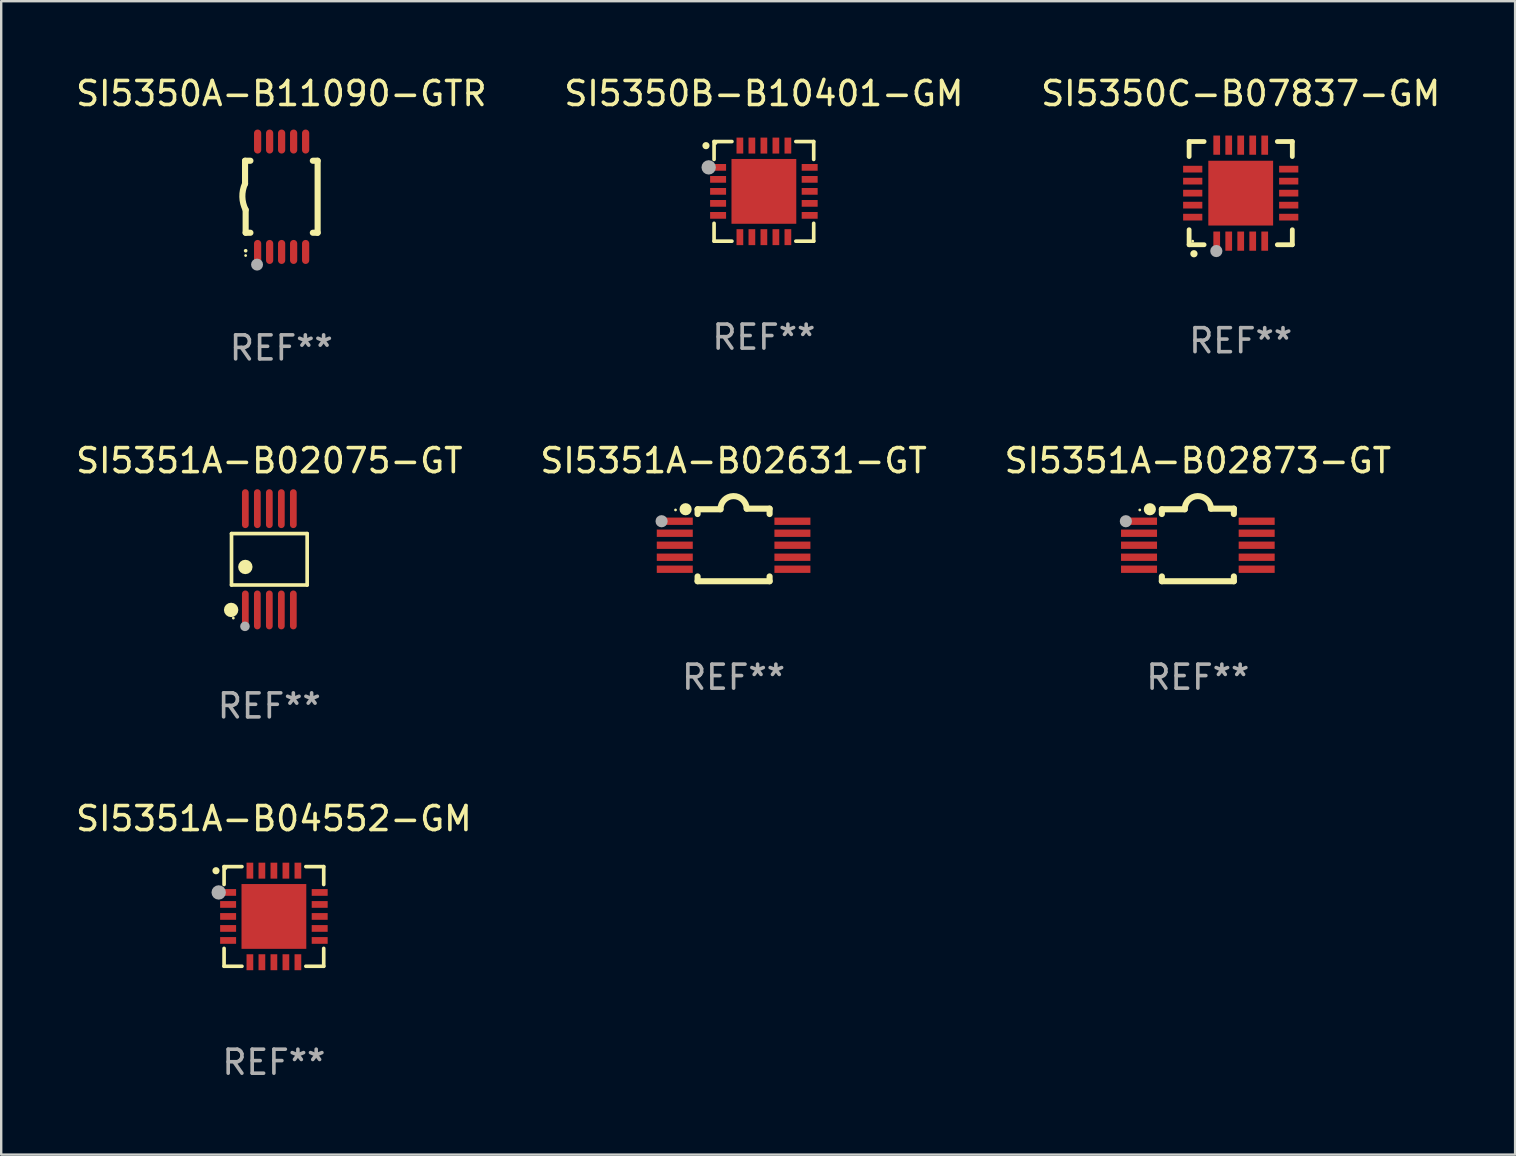
<source format=kicad_pcb>
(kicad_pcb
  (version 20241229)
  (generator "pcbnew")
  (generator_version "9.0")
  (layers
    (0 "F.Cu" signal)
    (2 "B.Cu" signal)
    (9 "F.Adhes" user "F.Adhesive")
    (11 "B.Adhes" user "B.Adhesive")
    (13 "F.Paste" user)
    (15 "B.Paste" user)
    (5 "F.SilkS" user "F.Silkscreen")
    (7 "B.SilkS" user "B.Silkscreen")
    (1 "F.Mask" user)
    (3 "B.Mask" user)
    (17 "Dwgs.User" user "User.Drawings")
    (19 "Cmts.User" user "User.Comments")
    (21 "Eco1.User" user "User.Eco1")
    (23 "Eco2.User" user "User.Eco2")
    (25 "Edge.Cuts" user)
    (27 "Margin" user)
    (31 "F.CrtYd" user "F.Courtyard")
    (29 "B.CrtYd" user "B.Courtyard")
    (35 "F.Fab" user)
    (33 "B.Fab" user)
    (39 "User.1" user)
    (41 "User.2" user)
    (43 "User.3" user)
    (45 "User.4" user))
  (footprint "SI5350B-B10401-GM"
    (layer "F.Cu")
    (at 28.78 4.924)
    (property "Reference" "SI5350B-B10401-GM" (at 0 -4.076 0) (layer "F.SilkS") (effects (font (size 1 1) (thickness 0.15))))
    (attr through_hole)
    (fp_line (start -2.076 -2.076) (end -2.076 -1.331) (stroke (width 0.152) (type solid)) (layer "F.SilkS"))
    (fp_line (start -2.076 2.076) (end -2.076 1.331) (stroke (width 0.152) (type solid)) (layer "F.SilkS"))
    (fp_line (start -1.331 -2.076) (end -2.076 -2.076) (stroke (width 0.152) (type solid)) (layer "F.SilkS"))
    (fp_line (start -1.331 2.076) (end -2.076 2.076) (stroke (width 0.152) (type solid)) (layer "F.SilkS"))
    (fp_line (start 1.331 -2.076) (end 2.076 -2.076) (stroke (width 0.152) (type solid)) (layer "F.SilkS"))
    (fp_line (start 1.331 2.076) (end 2.076 2.076) (stroke (width 0.152) (type solid)) (layer "F.SilkS"))
    (fp_line (start 2.076 -2.076) (end 2.076 -1.331) (stroke (width 0.152) (type solid)) (layer "F.SilkS"))
    (fp_line (start 2.076 2.076) (end 2.076 1.331) (stroke (width 0.152) (type solid)) (layer "F.SilkS"))
    (fp_circle (center -2.413 -1.905) (end -2.338 -1.905) (stroke (width 0.15) (type solid)) (fill no) (layer "F.SilkS"))
    (fp_circle (center -2 -2) (end -1.97 -2) (stroke (width 0.06) (type solid)) (fill no) (layer "F.SilkS"))
    (fp_circle (center -2.3 -1) (end -2.15 -1) (stroke (width 0.3) (type solid)) (fill no) (layer "F.Fab"))
    (fp_text user "REF**" (at 0 6.076 0) (layer "F.Fab") (effects (font (size 1 1) (thickness 0.15))))
    (pad "1" smd rect (at -1.908 -1) (size 0.665 0.28) (layers "F.Cu" "F.Mask" "F.Paste"))
    (pad "2" smd rect (at -1.908 -0.5) (size 0.665 0.28) (layers "F.Cu" "F.Mask" "F.Paste"))
    (pad "3" smd rect (at -1.908 0) (size 0.665 0.28) (layers "F.Cu" "F.Mask" "F.Paste"))
    (pad "4" smd rect (at -1.908 0.5) (size 0.665 0.28) (layers "F.Cu" "F.Mask" "F.Paste"))
    (pad "5" smd rect (at -1.908 1) (size 0.665 0.28) (layers "F.Cu" "F.Mask" "F.Paste"))
    (pad "6" smd rect (at -1 1.908) (size 0.28 0.665) (layers "F.Cu" "F.Mask" "F.Paste"))
    (pad "7" smd rect (at -0.5 1.908) (size 0.28 0.665) (layers "F.Cu" "F.Mask" "F.Paste"))
    (pad "8" smd rect (at 0 1.908) (size 0.28 0.665) (layers "F.Cu" "F.Mask" "F.Paste"))
    (pad "9" smd rect (at 0.5 1.908) (size 0.28 0.665) (layers "F.Cu" "F.Mask" "F.Paste"))
    (pad "10" smd rect (at 1 1.908) (size 0.28 0.665) (layers "F.Cu" "F.Mask" "F.Paste"))
    (pad "11" smd rect (at 1.908 1) (size 0.665 0.28) (layers "F.Cu" "F.Mask" "F.Paste"))
    (pad "12" smd rect (at 1.908 0.5) (size 0.665 0.28) (layers "F.Cu" "F.Mask" "F.Paste"))
    (pad "13" smd rect (at 1.908 0) (size 0.665 0.28) (layers "F.Cu" "F.Mask" "F.Paste"))
    (pad "14" smd rect (at 1.908 -0.5) (size 0.665 0.28) (layers "F.Cu" "F.Mask" "F.Paste"))
    (pad "15" smd rect (at 1.908 -1) (size 0.665 0.28) (layers "F.Cu" "F.Mask" "F.Paste"))
    (pad "16" smd rect (at 1 -1.908) (size 0.28 0.665) (layers "F.Cu" "F.Mask" "F.Paste"))
    (pad "17" smd rect (at 0.5 -1.908) (size 0.28 0.665) (layers "F.Cu" "F.Mask" "F.Paste"))
    (pad "18" smd rect (at 0 -1.908) (size 0.28 0.665) (layers "F.Cu" "F.Mask" "F.Paste"))
    (pad "19" smd rect (at -0.5 -1.908) (size 0.28 0.665) (layers "F.Cu" "F.Mask" "F.Paste"))
    (pad "20" smd rect (at -1 -1.908) (size 0.28 0.665) (layers "F.Cu" "F.Mask" "F.Paste"))
    (pad "21" smd rect (at 0 0) (size 2.7 2.7) (layers "F.Cu" "F.Mask" "F.Paste")))
  (footprint "SI5350A-B11090-GTR"
    (layer "F.Cu")
    (at 8.673 5.148)
    (property "Reference" "SI5350A-B11090-GTR" (at 0 -4.3 0) (layer "F.SilkS") (effects (font (size 1 1) (thickness 0.15))))
    (attr through_hole)
    (fp_line (start -1.512 -1.5) (end -1.512 -0.546) (stroke (width 0.254) (type solid)) (layer "F.SilkS"))
    (fp_line (start -1.487 0.546) (end -1.487 1.5) (stroke (width 0.254) (type solid)) (layer "F.SilkS"))
    (fp_line (start -1.288 -1.5) (end -1.512 -1.5) (stroke (width 0.254) (type solid)) (layer "F.SilkS"))
    (fp_line (start -1.288 1.5) (end -1.487 1.5) (stroke (width 0.254) (type solid)) (layer "F.SilkS"))
    (fp_line (start 1.512 -1.5) (end 1.312 -1.5) (stroke (width 0.254) (type solid)) (layer "F.SilkS"))
    (fp_line (start 1.512 -1.5) (end 1.512 1.5) (stroke (width 0.254) (type solid)) (layer "F.SilkS"))
    (fp_line (start 1.512 1.5) (end 1.312 1.5) (stroke (width 0.254) (type solid)) (layer "F.SilkS"))
    (fp_arc (start -1.487998 2.250013) (mid -1.486728 2.250007) (end -1.485458 2.250013) (stroke (width 0.150013) (type solid)) (layer "F.SilkS"))
    (fp_arc (start -1.486602 0.546102) (mid -1.624196 0.002905) (end -1.512002 -0.546101) (stroke (width 0.254001) (type solid)) (layer "F.SilkS"))
    (fp_circle (center -1.488 2.45) (end -1.458 2.45) (stroke (width 0.06) (type solid)) (fill no) (layer "F.SilkS"))
    (fp_circle (center -1.012 2.828) (end -0.887 2.828) (stroke (width 0.25) (type solid)) (fill no) (layer "F.Fab"))
    (fp_text user "REF**" (at 0 6.3 0) (layer "F.Fab") (effects (font (size 1 1) (thickness 0.15))))
    (pad "1" smd oval (at -0.988 2.3) (size 0.3 1) (layers "F.Cu" "F.Mask" "F.Paste"))
    (pad "2" smd oval (at -0.488 2.3) (size 0.3 1) (layers "F.Cu" "F.Mask" "F.Paste"))
    (pad "3" smd oval (at 0.012 2.3) (size 0.3 1) (layers "F.Cu" "F.Mask" "F.Paste"))
    (pad "4" smd oval (at 0.512 2.3) (size 0.3 1) (layers "F.Cu" "F.Mask" "F.Paste"))
    (pad "5" smd oval (at 1.012 2.3) (size 0.3 1) (layers "F.Cu" "F.Mask" "F.Paste"))
    (pad "6" smd oval (at 1.012 -2.3) (size 0.3 1) (layers "F.Cu" "F.Mask" "F.Paste"))
    (pad "7" smd oval (at 0.512 -2.3) (size 0.3 1) (layers "F.Cu" "F.Mask" "F.Paste"))
    (pad "8" smd oval (at 0.012 -2.3) (size 0.3 1) (layers "F.Cu" "F.Mask" "F.Paste"))
    (pad "9" smd oval (at -0.488 -2.3) (size 0.3 1) (layers "F.Cu" "F.Mask" "F.Paste"))
    (pad "10" smd oval (at -0.988 -2.3) (size 0.3 1) (layers "F.Cu" "F.Mask" "F.Paste")))
  (footprint "SI5351A-B04552-GM"
    (layer "F.Cu")
    (at 8.363 35.137)
    (property "Reference" "SI5351A-B04552-GM" (at 0 -4.076 0) (layer "F.SilkS") (effects (font (size 1 1) (thickness 0.15))))
    (attr through_hole)
    (fp_line (start -2.076 -2.076) (end -2.076 -1.331) (stroke (width 0.152) (type solid)) (layer "F.SilkS"))
    (fp_line (start -2.076 2.076) (end -2.076 1.331) (stroke (width 0.152) (type solid)) (layer "F.SilkS"))
    (fp_line (start -1.331 -2.076) (end -2.076 -2.076) (stroke (width 0.152) (type solid)) (layer "F.SilkS"))
    (fp_line (start -1.331 2.076) (end -2.076 2.076) (stroke (width 0.152) (type solid)) (layer "F.SilkS"))
    (fp_line (start 1.331 -2.076) (end 2.076 -2.076) (stroke (width 0.152) (type solid)) (layer "F.SilkS"))
    (fp_line (start 1.331 2.076) (end 2.076 2.076) (stroke (width 0.152) (type solid)) (layer "F.SilkS"))
    (fp_line (start 2.076 -2.076) (end 2.076 -1.331) (stroke (width 0.152) (type solid)) (layer "F.SilkS"))
    (fp_line (start 2.076 2.076) (end 2.076 1.331) (stroke (width 0.152) (type solid)) (layer "F.SilkS"))
    (fp_circle (center -2.413 -1.905) (end -2.338 -1.905) (stroke (width 0.15) (type solid)) (fill no) (layer "F.SilkS"))
    (fp_circle (center -2 -2) (end -1.97 -2) (stroke (width 0.06) (type solid)) (fill no) (layer "F.SilkS"))
    (fp_circle (center -2.3 -1) (end -2.15 -1) (stroke (width 0.3) (type solid)) (fill no) (layer "F.Fab"))
    (fp_text user "REF**" (at 0 6.076 0) (layer "F.Fab") (effects (font (size 1 1) (thickness 0.15))))
    (pad "1" smd rect (at -1.908 -1) (size 0.665 0.28) (layers "F.Cu" "F.Mask" "F.Paste"))
    (pad "2" smd rect (at -1.908 -0.5) (size 0.665 0.28) (layers "F.Cu" "F.Mask" "F.Paste"))
    (pad "3" smd rect (at -1.908 0) (size 0.665 0.28) (layers "F.Cu" "F.Mask" "F.Paste"))
    (pad "4" smd rect (at -1.908 0.5) (size 0.665 0.28) (layers "F.Cu" "F.Mask" "F.Paste"))
    (pad "5" smd rect (at -1.908 1) (size 0.665 0.28) (layers "F.Cu" "F.Mask" "F.Paste"))
    (pad "6" smd rect (at -1 1.908) (size 0.28 0.665) (layers "F.Cu" "F.Mask" "F.Paste"))
    (pad "7" smd rect (at -0.5 1.908) (size 0.28 0.665) (layers "F.Cu" "F.Mask" "F.Paste"))
    (pad "8" smd rect (at 0 1.908) (size 0.28 0.665) (layers "F.Cu" "F.Mask" "F.Paste"))
    (pad "9" smd rect (at 0.5 1.908) (size 0.28 0.665) (layers "F.Cu" "F.Mask" "F.Paste"))
    (pad "10" smd rect (at 1 1.908) (size 0.28 0.665) (layers "F.Cu" "F.Mask" "F.Paste"))
    (pad "11" smd rect (at 1.908 1) (size 0.665 0.28) (layers "F.Cu" "F.Mask" "F.Paste"))
    (pad "12" smd rect (at 1.908 0.5) (size 0.665 0.28) (layers "F.Cu" "F.Mask" "F.Paste"))
    (pad "13" smd rect (at 1.908 0) (size 0.665 0.28) (layers "F.Cu" "F.Mask" "F.Paste"))
    (pad "14" smd rect (at 1.908 -0.5) (size 0.665 0.28) (layers "F.Cu" "F.Mask" "F.Paste"))
    (pad "15" smd rect (at 1.908 -1) (size 0.665 0.28) (layers "F.Cu" "F.Mask" "F.Paste"))
    (pad "16" smd rect (at 1 -1.908) (size 0.28 0.665) (layers "F.Cu" "F.Mask" "F.Paste"))
    (pad "17" smd rect (at 0.5 -1.908) (size 0.28 0.665) (layers "F.Cu" "F.Mask" "F.Paste"))
    (pad "18" smd rect (at 0 -1.908) (size 0.28 0.665) (layers "F.Cu" "F.Mask" "F.Paste"))
    (pad "19" smd rect (at -0.5 -1.908) (size 0.28 0.665) (layers "F.Cu" "F.Mask" "F.Paste"))
    (pad "20" smd rect (at -1 -1.908) (size 0.28 0.665) (layers "F.Cu" "F.Mask" "F.Paste"))
    (pad "21" smd rect (at 0 0) (size 2.7 2.7) (layers "F.Cu" "F.Mask" "F.Paste")))
  (footprint "SI5350C-B07837-GM"
    (layer "F.Cu")
    (at 48.649 4.998)
    (property "Reference" "SI5350C-B07837-GM" (at 0 -4.15 0) (layer "F.SilkS") (effects (font (size 1 1) (thickness 0.15))))
    (attr through_hole)
    (fp_line (start -2.15 -2.15) (end -2.15 -1.525) (stroke (width 0.2) (type solid)) (layer "F.SilkS"))
    (fp_line (start -2.15 2.15) (end -2.15 1.525) (stroke (width 0.2) (type solid)) (layer "F.SilkS"))
    (fp_line (start -1.525 -2.15) (end -2.15 -2.15) (stroke (width 0.2) (type solid)) (layer "F.SilkS"))
    (fp_line (start -1.525 2.15) (end -2.15 2.15) (stroke (width 0.2) (type solid)) (layer "F.SilkS"))
    (fp_line (start 1.525 2.15) (end 2.15 2.15) (stroke (width 0.2) (type solid)) (layer "F.SilkS"))
    (fp_line (start 2.15 -2.15) (end 1.525 -2.15) (stroke (width 0.2) (type solid)) (layer "F.SilkS"))
    (fp_line (start 2.15 -1.525) (end 2.15 -2.15) (stroke (width 0.2) (type solid)) (layer "F.SilkS"))
    (fp_line (start 2.15 2.15) (end 2.15 1.525) (stroke (width 0.2) (type solid)) (layer "F.SilkS"))
    (fp_arc (start -1.950724 2.524765) (mid -1.949454 2.52476) (end -1.948184 2.524765) (stroke (width 0.3) (type solid)) (layer "F.SilkS"))
    (fp_circle (center -2 2) (end -1.97 2) (stroke (width 0.06) (type solid)) (fill no) (layer "F.SilkS"))
    (fp_circle (center -1.016 2.413) (end -0.889 2.413) (stroke (width 0.254) (type solid)) (fill no) (layer "F.Fab"))
    (fp_text user "REF**" (at 0 6.15 0) (layer "F.Fab") (effects (font (size 1 1) (thickness 0.15))))
    (pad "1" smd rect (at -1 2) (size 0.28 0.8) (layers "F.Cu" "F.Mask" "F.Paste"))
    (pad "2" smd rect (at -0.5 2) (size 0.28 0.8) (layers "F.Cu" "F.Mask" "F.Paste"))
    (pad "3" smd rect (at 0 2) (size 0.28 0.8) (layers "F.Cu" "F.Mask" "F.Paste"))
    (pad "4" smd rect (at 0.5 2) (size 0.28 0.8) (layers "F.Cu" "F.Mask" "F.Paste"))
    (pad "5" smd rect (at 1 2) (size 0.28 0.8) (layers "F.Cu" "F.Mask" "F.Paste"))
    (pad "6" smd rect (at 2 1) (size 0.8 0.28) (layers "F.Cu" "F.Mask" "F.Paste"))
    (pad "7" smd rect (at 2 0.5) (size 0.8 0.28) (layers "F.Cu" "F.Mask" "F.Paste"))
    (pad "8" smd rect (at 2 0) (size 0.8 0.28) (layers "F.Cu" "F.Mask" "F.Paste"))
    (pad "9" smd rect (at 2 -0.5) (size 0.8 0.28) (layers "F.Cu" "F.Mask" "F.Paste"))
    (pad "10" smd rect (at 2 -1) (size 0.8 0.28) (layers "F.Cu" "F.Mask" "F.Paste"))
    (pad "11" smd rect (at 1 -2) (size 0.28 0.8) (layers "F.Cu" "F.Mask" "F.Paste"))
    (pad "12" smd rect (at 0.5 -2) (size 0.28 0.8) (layers "F.Cu" "F.Mask" "F.Paste"))
    (pad "13" smd rect (at 0 -2) (size 0.28 0.8) (layers "F.Cu" "F.Mask" "F.Paste"))
    (pad "14" smd rect (at -0.5 -2) (size 0.28 0.8) (layers "F.Cu" "F.Mask" "F.Paste"))
    (pad "15" smd rect (at -1 -2) (size 0.28 0.8) (layers "F.Cu" "F.Mask" "F.Paste"))
    (pad "16" smd rect (at -2 -1) (size 0.8 0.28) (layers "F.Cu" "F.Mask" "F.Paste"))
    (pad "17" smd rect (at -2 -0.5) (size 0.8 0.28) (layers "F.Cu" "F.Mask" "F.Paste"))
    (pad "18" smd rect (at -2 0) (size 0.8 0.28) (layers "F.Cu" "F.Mask" "F.Paste"))
    (pad "19" smd rect (at -2 0.5) (size 0.8 0.28) (layers "F.Cu" "F.Mask" "F.Paste"))
    (pad "20" smd rect (at -2 1) (size 0.8 0.28) (layers "F.Cu" "F.Mask" "F.Paste"))
    (pad "21" smd rect (at 0 0) (size 2.7 2.7) (layers "F.Cu" "F.Mask" "F.Paste")))
  (footprint "SI5351A-B02631-GT"
    (layer "F.Cu")
    (at 27.518 19.657)
    (property "Reference" "SI5351A-B02631-GT" (at 0 -3.512 0) (layer "F.SilkS") (effects (font (size 1 1) (thickness 0.15))))
    (attr through_hole)
    (fp_line (start -1.5 -1.288) (end -1.5 -1.487) (stroke (width 0.254) (type solid)) (layer "F.SilkS"))
    (fp_line (start -1.5 1.512) (end -1.5 1.312) (stroke (width 0.254) (type solid)) (layer "F.SilkS"))
    (fp_line (start -0.546 -1.487) (end -1.5 -1.487) (stroke (width 0.254) (type solid)) (layer "F.SilkS"))
    (fp_line (start 1.5 -1.512) (end 0.546 -1.512) (stroke (width 0.254) (type solid)) (layer "F.SilkS"))
    (fp_line (start 1.5 -1.288) (end 1.5 -1.512) (stroke (width 0.254) (type solid)) (layer "F.SilkS"))
    (fp_line (start 1.5 1.512) (end -1.5 1.512) (stroke (width 0.254) (type solid)) (layer "F.SilkS"))
    (fp_line (start 1.5 1.512) (end 1.5 1.312) (stroke (width 0.254) (type solid)) (layer "F.SilkS"))
    (fp_arc (start -0.546151 -1.486601) (mid -0.01246 -2.032889) (end 0.54605 -1.512002) (stroke (width 0.254001) (type solid)) (layer "F.SilkS"))
    (fp_circle (center -2.42 -1.458) (end -2.39 -1.458) (stroke (width 0.06) (type solid)) (fill no) (layer "F.SilkS"))
    (fp_circle (center -2 -1.488) (end -1.873 -1.488) (stroke (width 0.254) (type solid)) (fill no) (layer "F.SilkS"))
    (fp_circle (center -3 -0.988) (end -2.873 -0.988) (stroke (width 0.254) (type solid)) (fill no) (layer "F.Fab"))
    (fp_text user "REF**" (at 0 5.512 0) (layer "F.Fab") (effects (font (size 1 1) (thickness 0.15))))
    (pad "1" smd rect (at -2.451 -0.988) (size 1.5 0.305) (layers "F.Cu" "F.Mask" "F.Paste"))
    (pad "2" smd rect (at -2.451 -0.488) (size 1.5 0.305) (layers "F.Cu" "F.Mask" "F.Paste"))
    (pad "3" smd rect (at -2.451 0.012) (size 1.5 0.305) (layers "F.Cu" "F.Mask" "F.Paste"))
    (pad "4" smd rect (at -2.451 0.512) (size 1.5 0.305) (layers "F.Cu" "F.Mask" "F.Paste"))
    (pad "5" smd rect (at -2.451 1.012) (size 1.5 0.305) (layers "F.Cu" "F.Mask" "F.Paste"))
    (pad "6" smd rect (at 2.451 1.012) (size 1.5 0.305) (layers "F.Cu" "F.Mask" "F.Paste"))
    (pad "7" smd rect (at 2.451 0.512) (size 1.5 0.305) (layers "F.Cu" "F.Mask" "F.Paste"))
    (pad "8" smd rect (at 2.451 0.012) (size 1.5 0.305) (layers "F.Cu" "F.Mask" "F.Paste"))
    (pad "9" smd rect (at 2.451 -0.488) (size 1.5 0.305) (layers "F.Cu" "F.Mask" "F.Paste"))
    (pad "10" smd rect (at 2.451 -0.988) (size 1.5 0.305) (layers "F.Cu" "F.Mask" "F.Paste")))
  (footprint "SI5351A-B02873-GT"
    (layer "F.Cu")
    (at 46.863 19.657)
    (property "Reference" "SI5351A-B02873-GT" (at 0 -3.512 0) (layer "F.SilkS") (effects (font (size 1 1) (thickness 0.15))))
    (attr through_hole)
    (fp_line (start -1.5 -1.288) (end -1.5 -1.487) (stroke (width 0.254) (type solid)) (layer "F.SilkS"))
    (fp_line (start -1.5 1.512) (end -1.5 1.312) (stroke (width 0.254) (type solid)) (layer "F.SilkS"))
    (fp_line (start -0.546 -1.487) (end -1.5 -1.487) (stroke (width 0.254) (type solid)) (layer "F.SilkS"))
    (fp_line (start 1.5 -1.512) (end 0.546 -1.512) (stroke (width 0.254) (type solid)) (layer "F.SilkS"))
    (fp_line (start 1.5 -1.288) (end 1.5 -1.512) (stroke (width 0.254) (type solid)) (layer "F.SilkS"))
    (fp_line (start 1.5 1.512) (end -1.5 1.512) (stroke (width 0.254) (type solid)) (layer "F.SilkS"))
    (fp_line (start 1.5 1.512) (end 1.5 1.312) (stroke (width 0.254) (type solid)) (layer "F.SilkS"))
    (fp_arc (start -0.546151 -1.486601) (mid -0.01246 -2.032889) (end 0.54605 -1.512002) (stroke (width 0.254001) (type solid)) (layer "F.SilkS"))
    (fp_circle (center -2.42 -1.458) (end -2.39 -1.458) (stroke (width 0.06) (type solid)) (fill no) (layer "F.SilkS"))
    (fp_circle (center -2 -1.488) (end -1.873 -1.488) (stroke (width 0.254) (type solid)) (fill no) (layer "F.SilkS"))
    (fp_circle (center -3 -0.988) (end -2.873 -0.988) (stroke (width 0.254) (type solid)) (fill no) (layer "F.Fab"))
    (fp_text user "REF**" (at 0 5.512 0) (layer "F.Fab") (effects (font (size 1 1) (thickness 0.15))))
    (pad "1" smd rect (at -2.451 -0.988) (size 1.5 0.305) (layers "F.Cu" "F.Mask" "F.Paste"))
    (pad "2" smd rect (at -2.451 -0.488) (size 1.5 0.305) (layers "F.Cu" "F.Mask" "F.Paste"))
    (pad "3" smd rect (at -2.451 0.012) (size 1.5 0.305) (layers "F.Cu" "F.Mask" "F.Paste"))
    (pad "4" smd rect (at -2.451 0.512) (size 1.5 0.305) (layers "F.Cu" "F.Mask" "F.Paste"))
    (pad "5" smd rect (at -2.451 1.012) (size 1.5 0.305) (layers "F.Cu" "F.Mask" "F.Paste"))
    (pad "6" smd rect (at 2.451 1.012) (size 1.5 0.305) (layers "F.Cu" "F.Mask" "F.Paste"))
    (pad "7" smd rect (at 2.451 0.512) (size 1.5 0.305) (layers "F.Cu" "F.Mask" "F.Paste"))
    (pad "8" smd rect (at 2.451 0.012) (size 1.5 0.305) (layers "F.Cu" "F.Mask" "F.Paste"))
    (pad "9" smd rect (at 2.451 -0.488) (size 1.5 0.305) (layers "F.Cu" "F.Mask" "F.Paste"))
    (pad "10" smd rect (at 2.451 -0.988) (size 1.5 0.305) (layers "F.Cu" "F.Mask" "F.Paste")))
  (footprint "SI5351A-B02075-GT"
    (layer "F.Cu")
    (at 8.173 20.255)
    (property "Reference" "SI5351A-B02075-GT" (at 0 -4.11 0) (layer "F.SilkS") (effects (font (size 1 1) (thickness 0.15))))
    (attr through_hole)
    (fp_line (start -1.576 -1.071) (end 1.576 -1.071) (stroke (width 0.152) (type solid)) (layer "F.SilkS"))
    (fp_line (start -1.576 1.071) (end -1.576 -1.071) (stroke (width 0.152) (type solid)) (layer "F.SilkS"))
    (fp_line (start 1.576 -1.071) (end 1.576 1.071) (stroke (width 0.152) (type solid)) (layer "F.SilkS"))
    (fp_line (start 1.576 1.071) (end -1.576 1.071) (stroke (width 0.152) (type solid)) (layer "F.SilkS"))
    (fp_circle (center -1.592 2.11) (end -1.442 2.11) (stroke (width 0.3) (type solid)) (fill no) (layer "F.SilkS"))
    (fp_circle (center -1.5 2.45) (end -1.47 2.45) (stroke (width 0.06) (type solid)) (fill no) (layer "F.SilkS"))
    (fp_circle (center -1 0.319) (end -0.85 0.319) (stroke (width 0.3) (type solid)) (fill no) (layer "F.SilkS"))
    (fp_circle (center -1.016 2.794) (end -0.916 2.794) (stroke (width 0.2) (type solid)) (fill no) (layer "F.Fab"))
    (fp_text user "REF**" (at 0 6.11 0) (layer "F.Fab") (effects (font (size 1 1) (thickness 0.15))))
    (pad "1" smd oval (at -1 2.11) (size 0.28 1.62) (layers "F.Cu" "F.Mask" "F.Paste"))
    (pad "2" smd oval (at -0.5 2.11) (size 0.28 1.62) (layers "F.Cu" "F.Mask" "F.Paste"))
    (pad "3" smd oval (at 0 2.11) (size 0.28 1.62) (layers "F.Cu" "F.Mask" "F.Paste"))
    (pad "4" smd oval (at 0.5 2.11) (size 0.28 1.62) (layers "F.Cu" "F.Mask" "F.Paste"))
    (pad "5" smd oval (at 1 2.11) (size 0.28 1.62) (layers "F.Cu" "F.Mask" "F.Paste"))
    (pad "6" smd oval (at 1 -2.11) (size 0.28 1.62) (layers "F.Cu" "F.Mask" "F.Paste"))
    (pad "7" smd oval (at 0.5 -2.11) (size 0.28 1.62) (layers "F.Cu" "F.Mask" "F.Paste"))
    (pad "8" smd oval (at 0 -2.11) (size 0.28 1.62) (layers "F.Cu" "F.Mask" "F.Paste"))
    (pad "9" smd oval (at -0.5 -2.11) (size 0.28 1.62) (layers "F.Cu" "F.Mask" "F.Paste"))
    (pad "10" smd oval (at -1 -2.11) (size 0.28 1.62) (layers "F.Cu" "F.Mask" "F.Paste")))
  (gr_rect
    (start -3 -3)
    (end 60.083 45.062)
    (stroke (width 0.1) (type default))
    (fill no)
    (layer "Edge.Cuts")))
</source>
